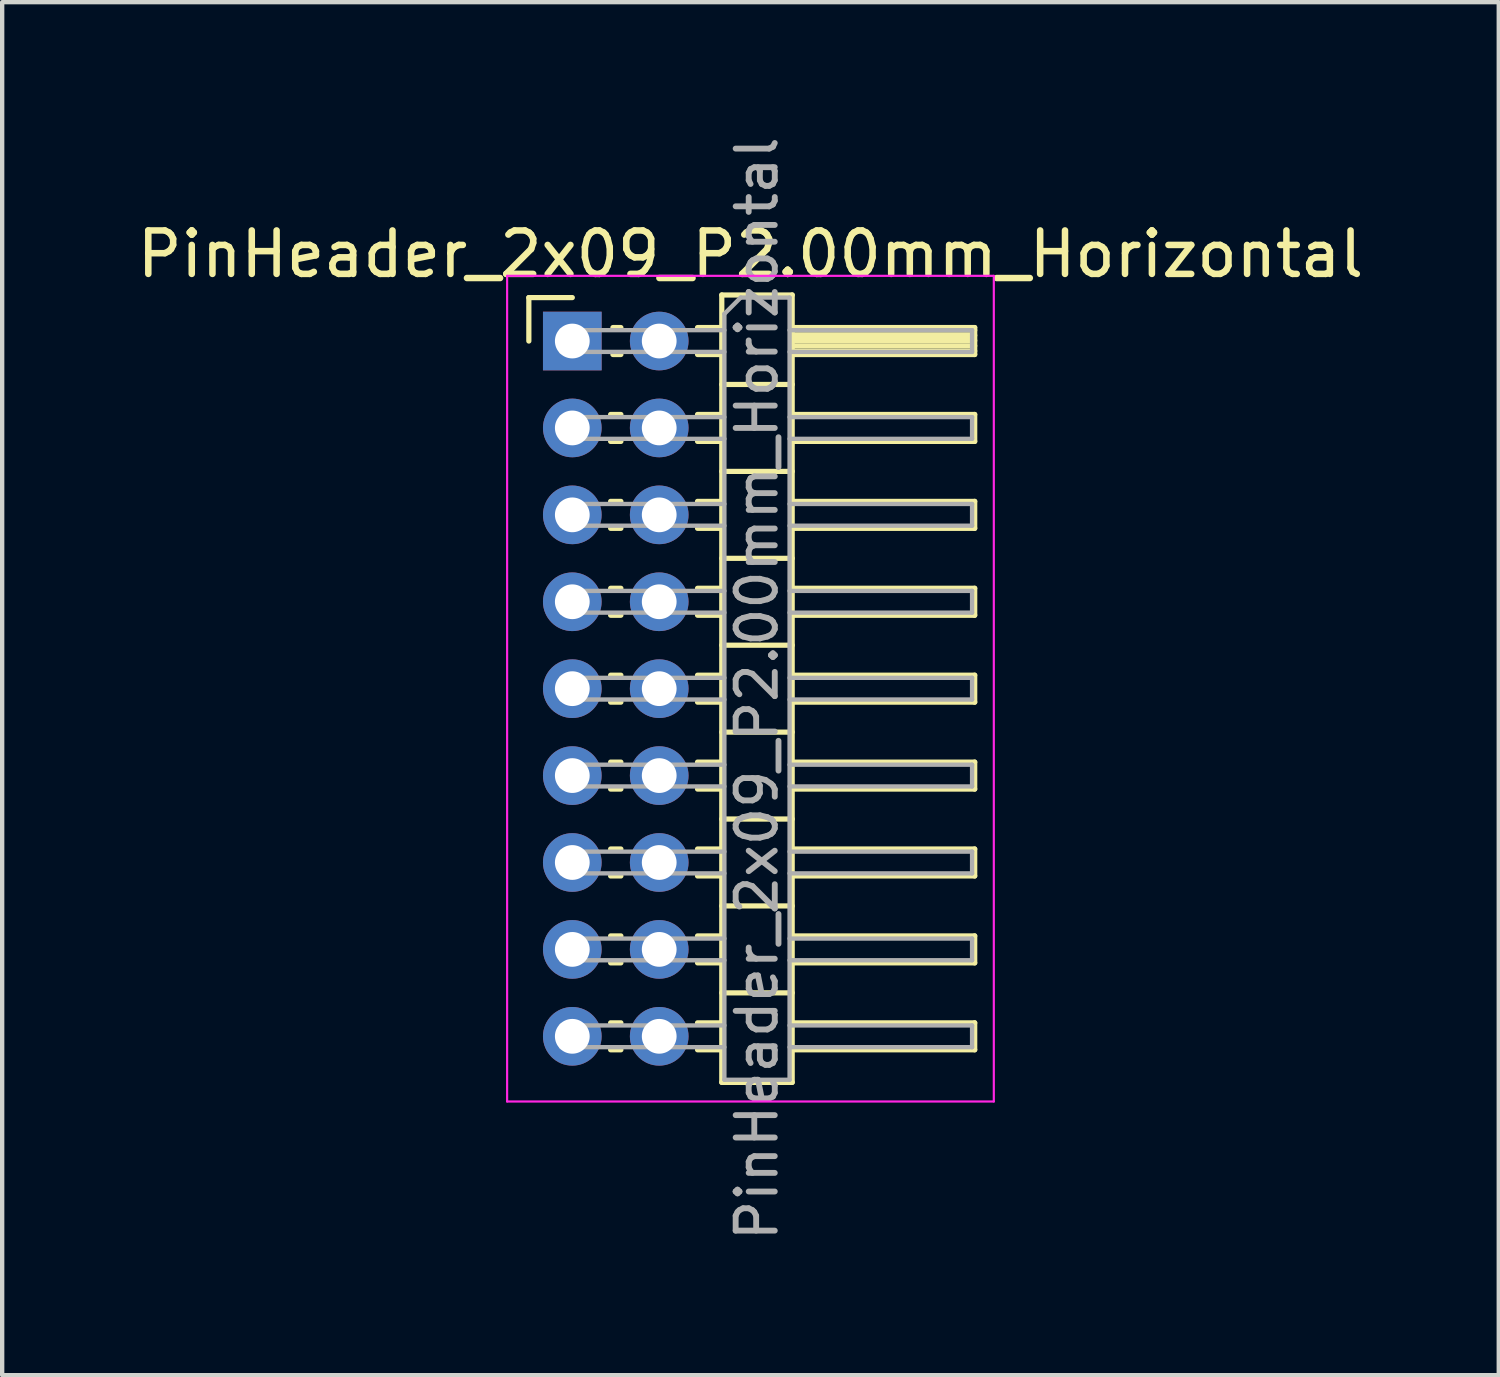
<source format=kicad_pcb>
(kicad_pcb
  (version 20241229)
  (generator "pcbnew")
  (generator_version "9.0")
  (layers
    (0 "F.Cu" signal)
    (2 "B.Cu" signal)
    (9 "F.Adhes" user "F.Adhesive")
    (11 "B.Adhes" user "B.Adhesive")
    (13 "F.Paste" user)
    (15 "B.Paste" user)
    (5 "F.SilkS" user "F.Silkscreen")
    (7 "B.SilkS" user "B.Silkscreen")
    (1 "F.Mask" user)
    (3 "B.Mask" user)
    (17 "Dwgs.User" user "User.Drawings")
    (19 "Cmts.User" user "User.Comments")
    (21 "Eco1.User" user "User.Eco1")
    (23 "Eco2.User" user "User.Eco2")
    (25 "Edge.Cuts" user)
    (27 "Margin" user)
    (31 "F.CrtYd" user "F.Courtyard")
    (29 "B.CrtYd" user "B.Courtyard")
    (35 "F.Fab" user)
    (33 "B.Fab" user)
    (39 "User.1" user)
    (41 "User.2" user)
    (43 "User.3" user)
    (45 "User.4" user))
  (footprint "PinHeader_2x09_P2.00mm_Horizontal"
    (layer "F.Cu")
    (at 10.12 4.798)
    (property "Reference" "PinHeader_2x09_P2.00mm_Horizontal" (at 4.1 -2 0) (layer "F.SilkS") (effects (font (size 1 1) (thickness 0.15))))
    (attr through_hole)
    (fp_line (start -1 -1) (end 0 -1) (stroke (width 0.12) (type solid)) (layer "F.SilkS"))
    (fp_line (start -1 0) (end -1 -1) (stroke (width 0.12) (type solid)) (layer "F.SilkS"))
    (fp_line (start 0.882 1.69) (end 1.118 1.69) (stroke (width 0.12) (type solid)) (layer "F.SilkS"))
    (fp_line (start 0.882 2.31) (end 1.118 2.31) (stroke (width 0.12) (type solid)) (layer "F.SilkS"))
    (fp_line (start 0.882 3.69) (end 1.118 3.69) (stroke (width 0.12) (type solid)) (layer "F.SilkS"))
    (fp_line (start 0.882 4.31) (end 1.118 4.31) (stroke (width 0.12) (type solid)) (layer "F.SilkS"))
    (fp_line (start 0.882 5.69) (end 1.118 5.69) (stroke (width 0.12) (type solid)) (layer "F.SilkS"))
    (fp_line (start 0.882 6.31) (end 1.118 6.31) (stroke (width 0.12) (type solid)) (layer "F.SilkS"))
    (fp_line (start 0.882 7.69) (end 1.118 7.69) (stroke (width 0.12) (type solid)) (layer "F.SilkS"))
    (fp_line (start 0.882 8.31) (end 1.118 8.31) (stroke (width 0.12) (type solid)) (layer "F.SilkS"))
    (fp_line (start 0.882 9.69) (end 1.118 9.69) (stroke (width 0.12) (type solid)) (layer "F.SilkS"))
    (fp_line (start 0.882 10.31) (end 1.118 10.31) (stroke (width 0.12) (type solid)) (layer "F.SilkS"))
    (fp_line (start 0.882 11.69) (end 1.118 11.69) (stroke (width 0.12) (type solid)) (layer "F.SilkS"))
    (fp_line (start 0.882 12.31) (end 1.118 12.31) (stroke (width 0.12) (type solid)) (layer "F.SilkS"))
    (fp_line (start 0.882 13.69) (end 1.118 13.69) (stroke (width 0.12) (type solid)) (layer "F.SilkS"))
    (fp_line (start 0.882 14.31) (end 1.118 14.31) (stroke (width 0.12) (type solid)) (layer "F.SilkS"))
    (fp_line (start 0.882 15.69) (end 1.118 15.69) (stroke (width 0.12) (type solid)) (layer "F.SilkS"))
    (fp_line (start 0.882 16.31) (end 1.118 16.31) (stroke (width 0.12) (type solid)) (layer "F.SilkS"))
    (fp_line (start 0.935 -0.31) (end 1.118 -0.31) (stroke (width 0.12) (type solid)) (layer "F.SilkS"))
    (fp_line (start 0.935 0.31) (end 1.118 0.31) (stroke (width 0.12) (type solid)) (layer "F.SilkS"))
    (fp_line (start 2.882 -0.31) (end 3.44 -0.31) (stroke (width 0.12) (type solid)) (layer "F.SilkS"))
    (fp_line (start 2.882 0.31) (end 3.44 0.31) (stroke (width 0.12) (type solid)) (layer "F.SilkS"))
    (fp_line (start 2.882 1.69) (end 3.44 1.69) (stroke (width 0.12) (type solid)) (layer "F.SilkS"))
    (fp_line (start 2.882 2.31) (end 3.44 2.31) (stroke (width 0.12) (type solid)) (layer "F.SilkS"))
    (fp_line (start 2.882 3.69) (end 3.44 3.69) (stroke (width 0.12) (type solid)) (layer "F.SilkS"))
    (fp_line (start 2.882 4.31) (end 3.44 4.31) (stroke (width 0.12) (type solid)) (layer "F.SilkS"))
    (fp_line (start 2.882 5.69) (end 3.44 5.69) (stroke (width 0.12) (type solid)) (layer "F.SilkS"))
    (fp_line (start 2.882 6.31) (end 3.44 6.31) (stroke (width 0.12) (type solid)) (layer "F.SilkS"))
    (fp_line (start 2.882 7.69) (end 3.44 7.69) (stroke (width 0.12) (type solid)) (layer "F.SilkS"))
    (fp_line (start 2.882 8.31) (end 3.44 8.31) (stroke (width 0.12) (type solid)) (layer "F.SilkS"))
    (fp_line (start 2.882 9.69) (end 3.44 9.69) (stroke (width 0.12) (type solid)) (layer "F.SilkS"))
    (fp_line (start 2.882 10.31) (end 3.44 10.31) (stroke (width 0.12) (type solid)) (layer "F.SilkS"))
    (fp_line (start 2.882 11.69) (end 3.44 11.69) (stroke (width 0.12) (type solid)) (layer "F.SilkS"))
    (fp_line (start 2.882 12.31) (end 3.44 12.31) (stroke (width 0.12) (type solid)) (layer "F.SilkS"))
    (fp_line (start 2.882 13.69) (end 3.44 13.69) (stroke (width 0.12) (type solid)) (layer "F.SilkS"))
    (fp_line (start 2.882 14.31) (end 3.44 14.31) (stroke (width 0.12) (type solid)) (layer "F.SilkS"))
    (fp_line (start 2.882 15.69) (end 3.44 15.69) (stroke (width 0.12) (type solid)) (layer "F.SilkS"))
    (fp_line (start 2.882 16.31) (end 3.44 16.31) (stroke (width 0.12) (type solid)) (layer "F.SilkS"))
    (fp_line (start 3.44 -1.06) (end 3.44 17.06) (stroke (width 0.12) (type solid)) (layer "F.SilkS"))
    (fp_line (start 3.44 1) (end 5.06 1) (stroke (width 0.12) (type solid)) (layer "F.SilkS"))
    (fp_line (start 3.44 3) (end 5.06 3) (stroke (width 0.12) (type solid)) (layer "F.SilkS"))
    (fp_line (start 3.44 5) (end 5.06 5) (stroke (width 0.12) (type solid)) (layer "F.SilkS"))
    (fp_line (start 3.44 7) (end 5.06 7) (stroke (width 0.12) (type solid)) (layer "F.SilkS"))
    (fp_line (start 3.44 9) (end 5.06 9) (stroke (width 0.12) (type solid)) (layer "F.SilkS"))
    (fp_line (start 3.44 11) (end 5.06 11) (stroke (width 0.12) (type solid)) (layer "F.SilkS"))
    (fp_line (start 3.44 13) (end 5.06 13) (stroke (width 0.12) (type solid)) (layer "F.SilkS"))
    (fp_line (start 3.44 15) (end 5.06 15) (stroke (width 0.12) (type solid)) (layer "F.SilkS"))
    (fp_line (start 3.44 17.06) (end 5.06 17.06) (stroke (width 0.12) (type solid)) (layer "F.SilkS"))
    (fp_line (start 5.06 -1.06) (end 3.44 -1.06) (stroke (width 0.12) (type solid)) (layer "F.SilkS"))
    (fp_line (start 5.06 -0.31) (end 9.26 -0.31) (stroke (width 0.12) (type solid)) (layer "F.SilkS"))
    (fp_line (start 5.06 -0.25) (end 9.26 -0.25) (stroke (width 0.12) (type solid)) (layer "F.SilkS"))
    (fp_line (start 5.06 -0.13) (end 9.26 -0.13) (stroke (width 0.12) (type solid)) (layer "F.SilkS"))
    (fp_line (start 5.06 -0.01) (end 9.26 -0.01) (stroke (width 0.12) (type solid)) (layer "F.SilkS"))
    (fp_line (start 5.06 0.11) (end 9.26 0.11) (stroke (width 0.12) (type solid)) (layer "F.SilkS"))
    (fp_line (start 5.06 0.23) (end 9.26 0.23) (stroke (width 0.12) (type solid)) (layer "F.SilkS"))
    (fp_line (start 5.06 1.69) (end 9.26 1.69) (stroke (width 0.12) (type solid)) (layer "F.SilkS"))
    (fp_line (start 5.06 3.69) (end 9.26 3.69) (stroke (width 0.12) (type solid)) (layer "F.SilkS"))
    (fp_line (start 5.06 5.69) (end 9.26 5.69) (stroke (width 0.12) (type solid)) (layer "F.SilkS"))
    (fp_line (start 5.06 7.69) (end 9.26 7.69) (stroke (width 0.12) (type solid)) (layer "F.SilkS"))
    (fp_line (start 5.06 9.69) (end 9.26 9.69) (stroke (width 0.12) (type solid)) (layer "F.SilkS"))
    (fp_line (start 5.06 11.69) (end 9.26 11.69) (stroke (width 0.12) (type solid)) (layer "F.SilkS"))
    (fp_line (start 5.06 13.69) (end 9.26 13.69) (stroke (width 0.12) (type solid)) (layer "F.SilkS"))
    (fp_line (start 5.06 15.69) (end 9.26 15.69) (stroke (width 0.12) (type solid)) (layer "F.SilkS"))
    (fp_line (start 5.06 17.06) (end 5.06 -1.06) (stroke (width 0.12) (type solid)) (layer "F.SilkS"))
    (fp_line (start 9.26 -0.31) (end 9.26 0.31) (stroke (width 0.12) (type solid)) (layer "F.SilkS"))
    (fp_line (start 9.26 0.31) (end 5.06 0.31) (stroke (width 0.12) (type solid)) (layer "F.SilkS"))
    (fp_line (start 9.26 1.69) (end 9.26 2.31) (stroke (width 0.12) (type solid)) (layer "F.SilkS"))
    (fp_line (start 9.26 2.31) (end 5.06 2.31) (stroke (width 0.12) (type solid)) (layer "F.SilkS"))
    (fp_line (start 9.26 3.69) (end 9.26 4.31) (stroke (width 0.12) (type solid)) (layer "F.SilkS"))
    (fp_line (start 9.26 4.31) (end 5.06 4.31) (stroke (width 0.12) (type solid)) (layer "F.SilkS"))
    (fp_line (start 9.26 5.69) (end 9.26 6.31) (stroke (width 0.12) (type solid)) (layer "F.SilkS"))
    (fp_line (start 9.26 6.31) (end 5.06 6.31) (stroke (width 0.12) (type solid)) (layer "F.SilkS"))
    (fp_line (start 9.26 7.69) (end 9.26 8.31) (stroke (width 0.12) (type solid)) (layer "F.SilkS"))
    (fp_line (start 9.26 8.31) (end 5.06 8.31) (stroke (width 0.12) (type solid)) (layer "F.SilkS"))
    (fp_line (start 9.26 9.69) (end 9.26 10.31) (stroke (width 0.12) (type solid)) (layer "F.SilkS"))
    (fp_line (start 9.26 10.31) (end 5.06 10.31) (stroke (width 0.12) (type solid)) (layer "F.SilkS"))
    (fp_line (start 9.26 11.69) (end 9.26 12.31) (stroke (width 0.12) (type solid)) (layer "F.SilkS"))
    (fp_line (start 9.26 12.31) (end 5.06 12.31) (stroke (width 0.12) (type solid)) (layer "F.SilkS"))
    (fp_line (start 9.26 13.69) (end 9.26 14.31) (stroke (width 0.12) (type solid)) (layer "F.SilkS"))
    (fp_line (start 9.26 14.31) (end 5.06 14.31) (stroke (width 0.12) (type solid)) (layer "F.SilkS"))
    (fp_line (start 9.26 15.69) (end 9.26 16.31) (stroke (width 0.12) (type solid)) (layer "F.SilkS"))
    (fp_line (start 9.26 16.31) (end 5.06 16.31) (stroke (width 0.12) (type solid)) (layer "F.SilkS"))
    (fp_line (start -1.5 -1.5) (end -1.5 17.5) (stroke (width 0.05) (type solid)) (layer "F.CrtYd"))
    (fp_line (start -1.5 17.5) (end 9.7 17.5) (stroke (width 0.05) (type solid)) (layer "F.CrtYd"))
    (fp_line (start 9.7 -1.5) (end -1.5 -1.5) (stroke (width 0.05) (type solid)) (layer "F.CrtYd"))
    (fp_line (start 9.7 17.5) (end 9.7 -1.5) (stroke (width 0.05) (type solid)) (layer "F.CrtYd"))
    (fp_line (start -0.25 -0.25) (end -0.25 0.25) (stroke (width 0.1) (type solid)) (layer "F.Fab"))
    (fp_line (start -0.25 -0.25) (end 3.5 -0.25) (stroke (width 0.1) (type solid)) (layer "F.Fab"))
    (fp_line (start -0.25 0.25) (end 3.5 0.25) (stroke (width 0.1) (type solid)) (layer "F.Fab"))
    (fp_line (start -0.25 1.75) (end -0.25 2.25) (stroke (width 0.1) (type solid)) (layer "F.Fab"))
    (fp_line (start -0.25 1.75) (end 3.5 1.75) (stroke (width 0.1) (type solid)) (layer "F.Fab"))
    (fp_line (start -0.25 2.25) (end 3.5 2.25) (stroke (width 0.1) (type solid)) (layer "F.Fab"))
    (fp_line (start -0.25 3.75) (end -0.25 4.25) (stroke (width 0.1) (type solid)) (layer "F.Fab"))
    (fp_line (start -0.25 3.75) (end 3.5 3.75) (stroke (width 0.1) (type solid)) (layer "F.Fab"))
    (fp_line (start -0.25 4.25) (end 3.5 4.25) (stroke (width 0.1) (type solid)) (layer "F.Fab"))
    (fp_line (start -0.25 5.75) (end -0.25 6.25) (stroke (width 0.1) (type solid)) (layer "F.Fab"))
    (fp_line (start -0.25 5.75) (end 3.5 5.75) (stroke (width 0.1) (type solid)) (layer "F.Fab"))
    (fp_line (start -0.25 6.25) (end 3.5 6.25) (stroke (width 0.1) (type solid)) (layer "F.Fab"))
    (fp_line (start -0.25 7.75) (end -0.25 8.25) (stroke (width 0.1) (type solid)) (layer "F.Fab"))
    (fp_line (start -0.25 7.75) (end 3.5 7.75) (stroke (width 0.1) (type solid)) (layer "F.Fab"))
    (fp_line (start -0.25 8.25) (end 3.5 8.25) (stroke (width 0.1) (type solid)) (layer "F.Fab"))
    (fp_line (start -0.25 9.75) (end -0.25 10.25) (stroke (width 0.1) (type solid)) (layer "F.Fab"))
    (fp_line (start -0.25 9.75) (end 3.5 9.75) (stroke (width 0.1) (type solid)) (layer "F.Fab"))
    (fp_line (start -0.25 10.25) (end 3.5 10.25) (stroke (width 0.1) (type solid)) (layer "F.Fab"))
    (fp_line (start -0.25 11.75) (end -0.25 12.25) (stroke (width 0.1) (type solid)) (layer "F.Fab"))
    (fp_line (start -0.25 11.75) (end 3.5 11.75) (stroke (width 0.1) (type solid)) (layer "F.Fab"))
    (fp_line (start -0.25 12.25) (end 3.5 12.25) (stroke (width 0.1) (type solid)) (layer "F.Fab"))
    (fp_line (start -0.25 13.75) (end -0.25 14.25) (stroke (width 0.1) (type solid)) (layer "F.Fab"))
    (fp_line (start -0.25 13.75) (end 3.5 13.75) (stroke (width 0.1) (type solid)) (layer "F.Fab"))
    (fp_line (start -0.25 14.25) (end 3.5 14.25) (stroke (width 0.1) (type solid)) (layer "F.Fab"))
    (fp_line (start -0.25 15.75) (end -0.25 16.25) (stroke (width 0.1) (type solid)) (layer "F.Fab"))
    (fp_line (start -0.25 15.75) (end 3.5 15.75) (stroke (width 0.1) (type solid)) (layer "F.Fab"))
    (fp_line (start -0.25 16.25) (end 3.5 16.25) (stroke (width 0.1) (type solid)) (layer "F.Fab"))
    (fp_line (start 3.5 -0.625) (end 3.875 -1) (stroke (width 0.1) (type solid)) (layer "F.Fab"))
    (fp_line (start 3.5 17) (end 3.5 -0.625) (stroke (width 0.1) (type solid)) (layer "F.Fab"))
    (fp_line (start 3.875 -1) (end 5 -1) (stroke (width 0.1) (type solid)) (layer "F.Fab"))
    (fp_line (start 5 -1) (end 5 17) (stroke (width 0.1) (type solid)) (layer "F.Fab"))
    (fp_line (start 5 -0.25) (end 9.2 -0.25) (stroke (width 0.1) (type solid)) (layer "F.Fab"))
    (fp_line (start 5 0.25) (end 9.2 0.25) (stroke (width 0.1) (type solid)) (layer "F.Fab"))
    (fp_line (start 5 1.75) (end 9.2 1.75) (stroke (width 0.1) (type solid)) (layer "F.Fab"))
    (fp_line (start 5 2.25) (end 9.2 2.25) (stroke (width 0.1) (type solid)) (layer "F.Fab"))
    (fp_line (start 5 3.75) (end 9.2 3.75) (stroke (width 0.1) (type solid)) (layer "F.Fab"))
    (fp_line (start 5 4.25) (end 9.2 4.25) (stroke (width 0.1) (type solid)) (layer "F.Fab"))
    (fp_line (start 5 5.75) (end 9.2 5.75) (stroke (width 0.1) (type solid)) (layer "F.Fab"))
    (fp_line (start 5 6.25) (end 9.2 6.25) (stroke (width 0.1) (type solid)) (layer "F.Fab"))
    (fp_line (start 5 7.75) (end 9.2 7.75) (stroke (width 0.1) (type solid)) (layer "F.Fab"))
    (fp_line (start 5 8.25) (end 9.2 8.25) (stroke (width 0.1) (type solid)) (layer "F.Fab"))
    (fp_line (start 5 9.75) (end 9.2 9.75) (stroke (width 0.1) (type solid)) (layer "F.Fab"))
    (fp_line (start 5 10.25) (end 9.2 10.25) (stroke (width 0.1) (type solid)) (layer "F.Fab"))
    (fp_line (start 5 11.75) (end 9.2 11.75) (stroke (width 0.1) (type solid)) (layer "F.Fab"))
    (fp_line (start 5 12.25) (end 9.2 12.25) (stroke (width 0.1) (type solid)) (layer "F.Fab"))
    (fp_line (start 5 13.75) (end 9.2 13.75) (stroke (width 0.1) (type solid)) (layer "F.Fab"))
    (fp_line (start 5 14.25) (end 9.2 14.25) (stroke (width 0.1) (type solid)) (layer "F.Fab"))
    (fp_line (start 5 15.75) (end 9.2 15.75) (stroke (width 0.1) (type solid)) (layer "F.Fab"))
    (fp_line (start 5 16.25) (end 9.2 16.25) (stroke (width 0.1) (type solid)) (layer "F.Fab"))
    (fp_line (start 5 17) (end 3.5 17) (stroke (width 0.1) (type solid)) (layer "F.Fab"))
    (fp_line (start 9.2 -0.25) (end 9.2 0.25) (stroke (width 0.1) (type solid)) (layer "F.Fab"))
    (fp_line (start 9.2 1.75) (end 9.2 2.25) (stroke (width 0.1) (type solid)) (layer "F.Fab"))
    (fp_line (start 9.2 3.75) (end 9.2 4.25) (stroke (width 0.1) (type solid)) (layer "F.Fab"))
    (fp_line (start 9.2 5.75) (end 9.2 6.25) (stroke (width 0.1) (type solid)) (layer "F.Fab"))
    (fp_line (start 9.2 7.75) (end 9.2 8.25) (stroke (width 0.1) (type solid)) (layer "F.Fab"))
    (fp_line (start 9.2 9.75) (end 9.2 10.25) (stroke (width 0.1) (type solid)) (layer "F.Fab"))
    (fp_line (start 9.2 11.75) (end 9.2 12.25) (stroke (width 0.1) (type solid)) (layer "F.Fab"))
    (fp_line (start 9.2 13.75) (end 9.2 14.25) (stroke (width 0.1) (type solid)) (layer "F.Fab"))
    (fp_line (start 9.2 15.75) (end 9.2 16.25) (stroke (width 0.1) (type solid)) (layer "F.Fab"))
    (fp_text user "${REFERENCE}" (at 4.25 8 90) (layer "F.Fab") (effects (font (size 0.9 0.9) (thickness 0.135))))
    (pad "1" thru_hole rect (at 0 0) (size 1.35 1.35) (drill 0.8) (layers "*.Cu" "*.Mask"))
    (pad "2" thru_hole oval (at 2 0) (size 1.35 1.35) (drill 0.8) (layers "*.Cu" "*.Mask"))
    (pad "3" thru_hole oval (at 0 2) (size 1.35 1.35) (drill 0.8) (layers "*.Cu" "*.Mask"))
    (pad "4" thru_hole oval (at 2 2) (size 1.35 1.35) (drill 0.8) (layers "*.Cu" "*.Mask"))
    (pad "5" thru_hole oval (at 0 4) (size 1.35 1.35) (drill 0.8) (layers "*.Cu" "*.Mask"))
    (pad "6" thru_hole oval (at 2 4) (size 1.35 1.35) (drill 0.8) (layers "*.Cu" "*.Mask"))
    (pad "7" thru_hole oval (at 0 6) (size 1.35 1.35) (drill 0.8) (layers "*.Cu" "*.Mask"))
    (pad "8" thru_hole oval (at 2 6) (size 1.35 1.35) (drill 0.8) (layers "*.Cu" "*.Mask"))
    (pad "9" thru_hole oval (at 0 8) (size 1.35 1.35) (drill 0.8) (layers "*.Cu" "*.Mask"))
    (pad "10" thru_hole oval (at 2 8) (size 1.35 1.35) (drill 0.8) (layers "*.Cu" "*.Mask"))
    (pad "11" thru_hole oval (at 0 10) (size 1.35 1.35) (drill 0.8) (layers "*.Cu" "*.Mask"))
    (pad "12" thru_hole oval (at 2 10) (size 1.35 1.35) (drill 0.8) (layers "*.Cu" "*.Mask"))
    (pad "13" thru_hole oval (at 0 12) (size 1.35 1.35) (drill 0.8) (layers "*.Cu" "*.Mask"))
    (pad "14" thru_hole oval (at 2 12) (size 1.35 1.35) (drill 0.8) (layers "*.Cu" "*.Mask"))
    (pad "15" thru_hole oval (at 0 14) (size 1.35 1.35) (drill 0.8) (layers "*.Cu" "*.Mask"))
    (pad "16" thru_hole oval (at 2 14) (size 1.35 1.35) (drill 0.8) (layers "*.Cu" "*.Mask"))
    (pad "17" thru_hole oval (at 0 16) (size 1.35 1.35) (drill 0.8) (layers "*.Cu" "*.Mask"))
    (pad "18" thru_hole oval (at 2 16) (size 1.35 1.35) (drill 0.8) (layers "*.Cu" "*.Mask")))
  (gr_rect
    (start -3 -3)
    (end 31.44 28.596)
    (stroke (width 0.1) (type default))
    (fill no)
    (layer "Edge.Cuts")))
</source>
